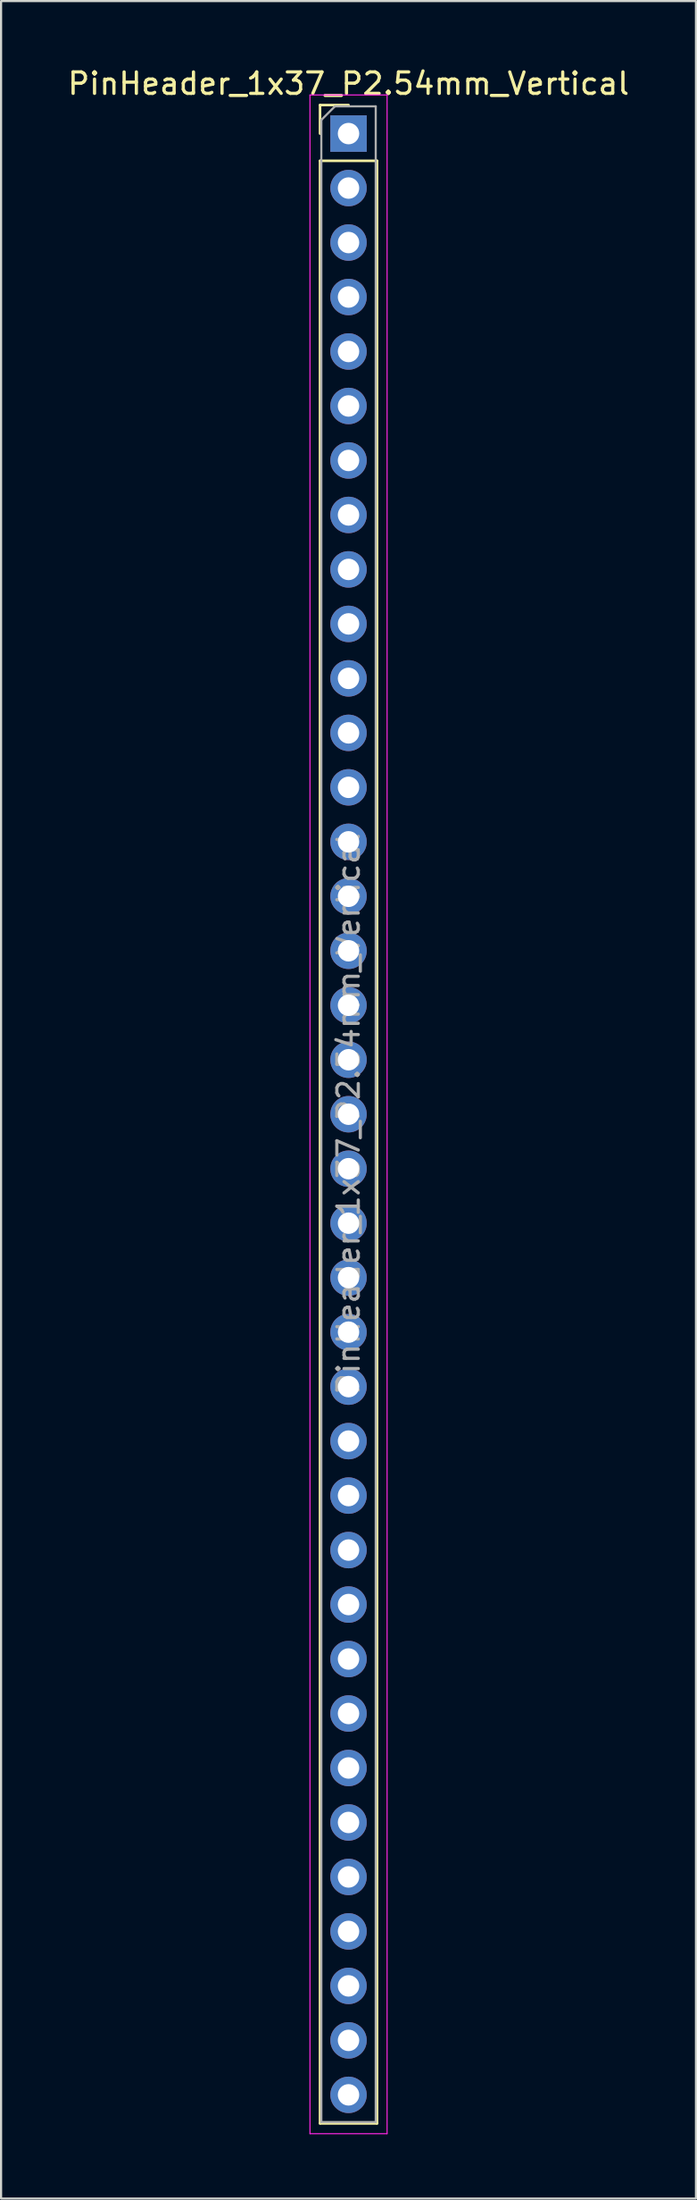
<source format=kicad_pcb>
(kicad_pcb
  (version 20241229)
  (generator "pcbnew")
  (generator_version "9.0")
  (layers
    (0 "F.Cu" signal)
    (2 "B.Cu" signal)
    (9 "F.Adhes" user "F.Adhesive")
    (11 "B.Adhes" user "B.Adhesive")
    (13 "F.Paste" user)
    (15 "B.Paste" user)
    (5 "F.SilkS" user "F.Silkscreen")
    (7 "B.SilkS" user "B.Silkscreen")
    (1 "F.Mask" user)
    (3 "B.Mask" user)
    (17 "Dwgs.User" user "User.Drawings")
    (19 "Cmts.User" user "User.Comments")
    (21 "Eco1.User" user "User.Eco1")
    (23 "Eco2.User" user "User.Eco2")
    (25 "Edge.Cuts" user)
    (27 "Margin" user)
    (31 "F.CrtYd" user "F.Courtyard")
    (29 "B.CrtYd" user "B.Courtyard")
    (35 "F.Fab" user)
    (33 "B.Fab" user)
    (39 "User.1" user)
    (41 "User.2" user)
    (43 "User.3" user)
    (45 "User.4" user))
  (footprint "PinHeader_1x37_P2.54mm_Vertical"
    (layer "F.Cu")
    (at 13.22 3.178)
    (property "Reference" "PinHeader_1x37_P2.54mm_Vertical" (at 0 -2.33 0) (layer "F.SilkS") (effects (font (size 1 1) (thickness 0.15))))
    (attr through_hole)
    (fp_line (start -1.33 -1.33) (end 0 -1.33) (stroke (width 0.12) (type solid)) (layer "F.SilkS"))
    (fp_line (start -1.33 0) (end -1.33 -1.33) (stroke (width 0.12) (type solid)) (layer "F.SilkS"))
    (fp_line (start -1.33 1.27) (end -1.33 92.77) (stroke (width 0.12) (type solid)) (layer "F.SilkS"))
    (fp_line (start -1.33 1.27) (end 1.33 1.27) (stroke (width 0.12) (type solid)) (layer "F.SilkS"))
    (fp_line (start -1.33 92.77) (end 1.33 92.77) (stroke (width 0.12) (type solid)) (layer "F.SilkS"))
    (fp_line (start 1.33 1.27) (end 1.33 92.77) (stroke (width 0.12) (type solid)) (layer "F.SilkS"))
    (fp_line (start -1.8 -1.8) (end -1.8 93.25) (stroke (width 0.05) (type solid)) (layer "F.CrtYd"))
    (fp_line (start -1.8 93.25) (end 1.8 93.25) (stroke (width 0.05) (type solid)) (layer "F.CrtYd"))
    (fp_line (start 1.8 -1.8) (end -1.8 -1.8) (stroke (width 0.05) (type solid)) (layer "F.CrtYd"))
    (fp_line (start 1.8 93.25) (end 1.8 -1.8) (stroke (width 0.05) (type solid)) (layer "F.CrtYd"))
    (fp_line (start -1.27 -0.635) (end -0.635 -1.27) (stroke (width 0.1) (type solid)) (layer "F.Fab"))
    (fp_line (start -1.27 92.71) (end -1.27 -0.635) (stroke (width 0.1) (type solid)) (layer "F.Fab"))
    (fp_line (start -0.635 -1.27) (end 1.27 -1.27) (stroke (width 0.1) (type solid)) (layer "F.Fab"))
    (fp_line (start 1.27 -1.27) (end 1.27 92.71) (stroke (width 0.1) (type solid)) (layer "F.Fab"))
    (fp_line (start 1.27 92.71) (end -1.27 92.71) (stroke (width 0.1) (type solid)) (layer "F.Fab"))
    (fp_text user "${REFERENCE}" (at 0 45.72 90) (layer "F.Fab") (effects (font (size 1 1) (thickness 0.15))))
    (pad "1" thru_hole rect (at 0 0) (size 1.7 1.7) (drill 1) (layers "*.Cu" "*.Mask"))
    (pad "2" thru_hole oval (at 0 2.54) (size 1.7 1.7) (drill 1) (layers "*.Cu" "*.Mask"))
    (pad "3" thru_hole oval (at 0 5.08) (size 1.7 1.7) (drill 1) (layers "*.Cu" "*.Mask"))
    (pad "4" thru_hole oval (at 0 7.62) (size 1.7 1.7) (drill 1) (layers "*.Cu" "*.Mask"))
    (pad "5" thru_hole oval (at 0 10.16) (size 1.7 1.7) (drill 1) (layers "*.Cu" "*.Mask"))
    (pad "6" thru_hole oval (at 0 12.7) (size 1.7 1.7) (drill 1) (layers "*.Cu" "*.Mask"))
    (pad "7" thru_hole oval (at 0 15.24) (size 1.7 1.7) (drill 1) (layers "*.Cu" "*.Mask"))
    (pad "8" thru_hole oval (at 0 17.78) (size 1.7 1.7) (drill 1) (layers "*.Cu" "*.Mask"))
    (pad "9" thru_hole oval (at 0 20.32) (size 1.7 1.7) (drill 1) (layers "*.Cu" "*.Mask"))
    (pad "10" thru_hole oval (at 0 22.86) (size 1.7 1.7) (drill 1) (layers "*.Cu" "*.Mask"))
    (pad "11" thru_hole oval (at 0 25.4) (size 1.7 1.7) (drill 1) (layers "*.Cu" "*.Mask"))
    (pad "12" thru_hole oval (at 0 27.94) (size 1.7 1.7) (drill 1) (layers "*.Cu" "*.Mask"))
    (pad "13" thru_hole oval (at 0 30.48) (size 1.7 1.7) (drill 1) (layers "*.Cu" "*.Mask"))
    (pad "14" thru_hole oval (at 0 33.02) (size 1.7 1.7) (drill 1) (layers "*.Cu" "*.Mask"))
    (pad "15" thru_hole oval (at 0 35.56) (size 1.7 1.7) (drill 1) (layers "*.Cu" "*.Mask"))
    (pad "16" thru_hole oval (at 0 38.1) (size 1.7 1.7) (drill 1) (layers "*.Cu" "*.Mask"))
    (pad "17" thru_hole oval (at 0 40.64) (size 1.7 1.7) (drill 1) (layers "*.Cu" "*.Mask"))
    (pad "18" thru_hole oval (at 0 43.18) (size 1.7 1.7) (drill 1) (layers "*.Cu" "*.Mask"))
    (pad "19" thru_hole oval (at 0 45.72) (size 1.7 1.7) (drill 1) (layers "*.Cu" "*.Mask"))
    (pad "20" thru_hole oval (at 0 48.26) (size 1.7 1.7) (drill 1) (layers "*.Cu" "*.Mask"))
    (pad "21" thru_hole oval (at 0 50.8) (size 1.7 1.7) (drill 1) (layers "*.Cu" "*.Mask"))
    (pad "22" thru_hole oval (at 0 53.34) (size 1.7 1.7) (drill 1) (layers "*.Cu" "*.Mask"))
    (pad "23" thru_hole oval (at 0 55.88) (size 1.7 1.7) (drill 1) (layers "*.Cu" "*.Mask"))
    (pad "24" thru_hole oval (at 0 58.42) (size 1.7 1.7) (drill 1) (layers "*.Cu" "*.Mask"))
    (pad "25" thru_hole oval (at 0 60.96) (size 1.7 1.7) (drill 1) (layers "*.Cu" "*.Mask"))
    (pad "26" thru_hole oval (at 0 63.5) (size 1.7 1.7) (drill 1) (layers "*.Cu" "*.Mask"))
    (pad "27" thru_hole oval (at 0 66.04) (size 1.7 1.7) (drill 1) (layers "*.Cu" "*.Mask"))
    (pad "28" thru_hole oval (at 0 68.58) (size 1.7 1.7) (drill 1) (layers "*.Cu" "*.Mask"))
    (pad "29" thru_hole oval (at 0 71.12) (size 1.7 1.7) (drill 1) (layers "*.Cu" "*.Mask"))
    (pad "30" thru_hole oval (at 0 73.66) (size 1.7 1.7) (drill 1) (layers "*.Cu" "*.Mask"))
    (pad "31" thru_hole oval (at 0 76.2) (size 1.7 1.7) (drill 1) (layers "*.Cu" "*.Mask"))
    (pad "32" thru_hole oval (at 0 78.74) (size 1.7 1.7) (drill 1) (layers "*.Cu" "*.Mask"))
    (pad "33" thru_hole oval (at 0 81.28) (size 1.7 1.7) (drill 1) (layers "*.Cu" "*.Mask"))
    (pad "34" thru_hole oval (at 0 83.82) (size 1.7 1.7) (drill 1) (layers "*.Cu" "*.Mask"))
    (pad "35" thru_hole oval (at 0 86.36) (size 1.7 1.7) (drill 1) (layers "*.Cu" "*.Mask"))
    (pad "36" thru_hole oval (at 0 88.9) (size 1.7 1.7) (drill 1) (layers "*.Cu" "*.Mask"))
    (pad "37" thru_hole oval (at 0 91.44) (size 1.7 1.7) (drill 1) (layers "*.Cu" "*.Mask")))
  (gr_rect
    (start -3 -3)
    (end 29.44 99.453)
    (stroke (width 0.1) (type default))
    (fill no)
    (layer "Edge.Cuts")))
</source>
